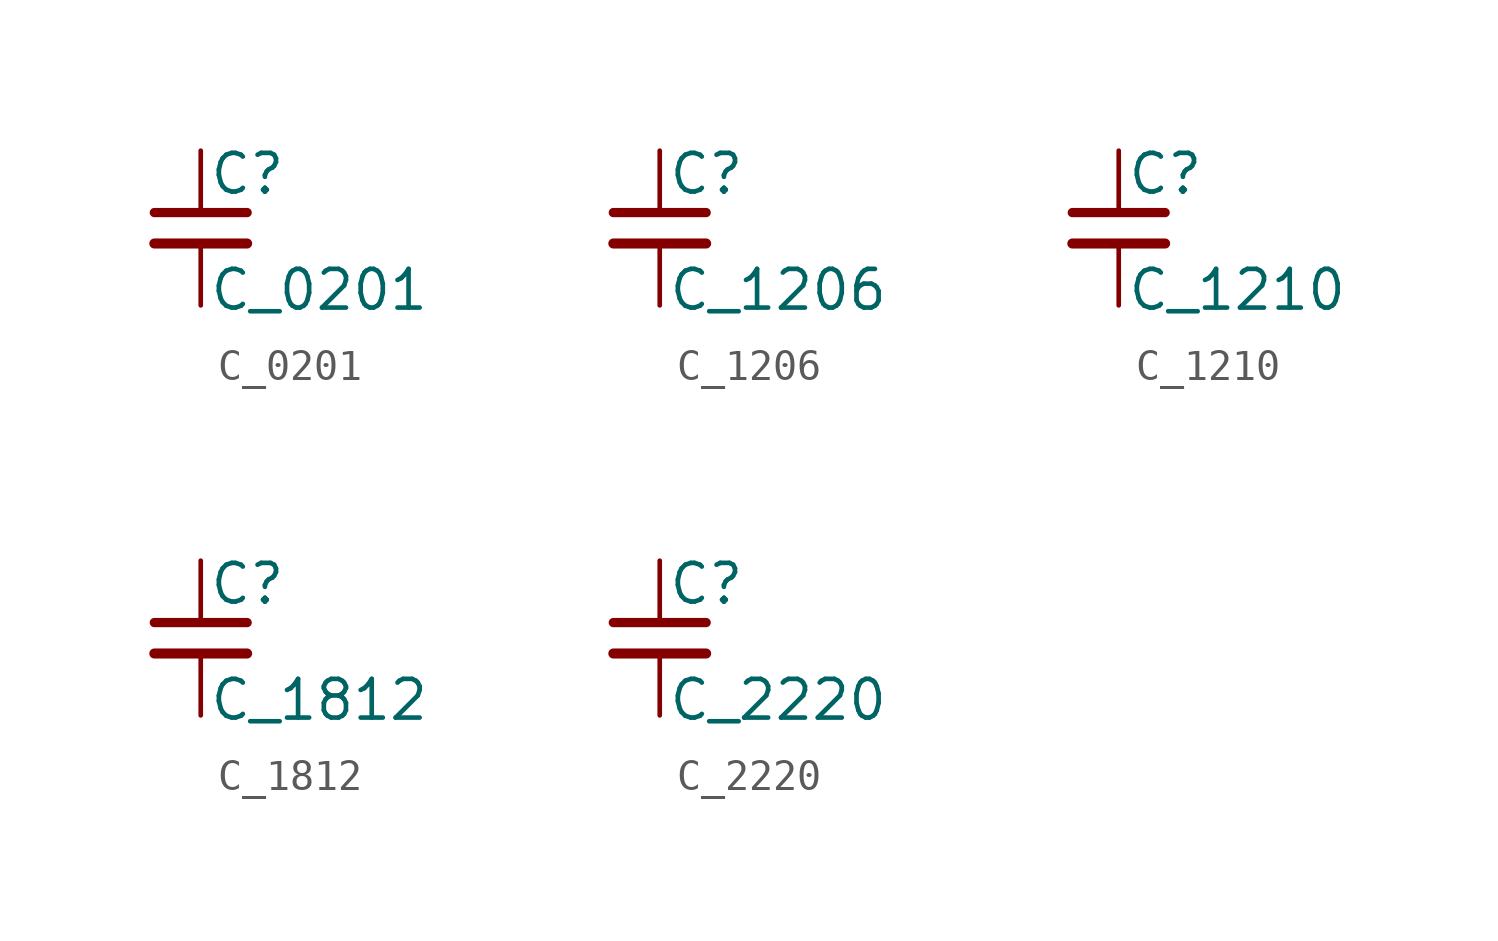
<source format=kicad_sym>
(kicad_symbol_lib
  (version 20211014)
  (generator kicad_symbol_editor)
  (symbol "C_0201"
    (pin_numbers hide)
    (pin_names
      (offset 0.254) hide)
    (property "Reference" "C"
      (at 0.254 1.778 0)
      (effects (font (size 1.27 1.27)) (justify left)))
    (property "Value" "C_0201"
      (at 0.254 -2.032 0)
      (effects (font (size 1.27 1.27)) (justify left)))
    (symbol "C_0201_0_1"
      (polyline (pts (xy -1.524 -0.508) (xy 1.524 -0.508)) (stroke (width 0.33) (type default) (color 0 0 0 0)) (fill (type none)))
      (polyline (pts (xy -1.524 0.508) (xy 1.524 0.508)) (stroke (width 0.305) (type default) (color 0 0 0 0)) (fill (type none))))
    (symbol "C_0201_1_1"
      (pin passive line (at 0 2.54 270) (length 2.032) (name "~" (effects (font (size 1.27 1.27)))) (number "1" (effects (font (size 1.27 1.27)))))
      (pin passive line (at 0 -2.54 90) (length 2.032) (name "~" (effects (font (size 1.27 1.27)))) (number "2" (effects (font (size 1.27 1.27)))))))
  (symbol "C_1206"
    (pin_numbers hide)
    (pin_names
      (offset 0.254) hide)
    (property "Reference" "C"
      (at 0.254 1.778 0)
      (effects (font (size 1.27 1.27)) (justify left)))
    (property "Value" "C_1206"
      (at 0.254 -2.032 0)
      (effects (font (size 1.27 1.27)) (justify left)))
    (symbol "C_1206_0_1"
      (polyline (pts (xy -1.524 -0.508) (xy 1.524 -0.508)) (stroke (width 0.33) (type default) (color 0 0 0 0)) (fill (type none)))
      (polyline (pts (xy -1.524 0.508) (xy 1.524 0.508)) (stroke (width 0.305) (type default) (color 0 0 0 0)) (fill (type none))))
    (symbol "C_1206_1_1"
      (pin passive line (at 0 2.54 270) (length 2.032) (name "~" (effects (font (size 1.27 1.27)))) (number "1" (effects (font (size 1.27 1.27)))))
      (pin passive line (at 0 -2.54 90) (length 2.032) (name "~" (effects (font (size 1.27 1.27)))) (number "2" (effects (font (size 1.27 1.27)))))))
  (symbol "C_1210"
    (pin_numbers hide)
    (pin_names
      (offset 0.254) hide)
    (property "Reference" "C"
      (at 0.254 1.778 0)
      (effects (font (size 1.27 1.27)) (justify left)))
    (property "Value" "C_1210"
      (at 0.254 -2.032 0)
      (effects (font (size 1.27 1.27)) (justify left)))
    (symbol "C_1210_0_1"
      (polyline (pts (xy -1.524 -0.508) (xy 1.524 -0.508)) (stroke (width 0.33) (type default) (color 0 0 0 0)) (fill (type none)))
      (polyline (pts (xy -1.524 0.508) (xy 1.524 0.508)) (stroke (width 0.305) (type default) (color 0 0 0 0)) (fill (type none))))
    (symbol "C_1210_1_1"
      (pin passive line (at 0 2.54 270) (length 2.032) (name "~" (effects (font (size 1.27 1.27)))) (number "1" (effects (font (size 1.27 1.27)))))
      (pin passive line (at 0 -2.54 90) (length 2.032) (name "~" (effects (font (size 1.27 1.27)))) (number "2" (effects (font (size 1.27 1.27)))))))
  (symbol "C_1812"
    (pin_numbers hide)
    (pin_names
      (offset 0.254) hide)
    (property "Reference" "C"
      (at 0.254 1.778 0)
      (effects (font (size 1.27 1.27)) (justify left)))
    (property "Value" "C_1812"
      (at 0.254 -2.032 0)
      (effects (font (size 1.27 1.27)) (justify left)))
    (symbol "C_1812_0_1"
      (polyline (pts (xy -1.524 -0.508) (xy 1.524 -0.508)) (stroke (width 0.33) (type default) (color 0 0 0 0)) (fill (type none)))
      (polyline (pts (xy -1.524 0.508) (xy 1.524 0.508)) (stroke (width 0.305) (type default) (color 0 0 0 0)) (fill (type none))))
    (symbol "C_1812_1_1"
      (pin passive line (at 0 2.54 270) (length 2.032) (name "~" (effects (font (size 1.27 1.27)))) (number "1" (effects (font (size 1.27 1.27)))))
      (pin passive line (at 0 -2.54 90) (length 2.032) (name "~" (effects (font (size 1.27 1.27)))) (number "2" (effects (font (size 1.27 1.27)))))))
  (symbol "C_2220"
    (pin_numbers hide)
    (pin_names
      (offset 0.254) hide)
    (property "Reference" "C"
      (at 0.254 1.778 0)
      (effects (font (size 1.27 1.27)) (justify left)))
    (property "Value" "C_2220"
      (at 0.254 -2.032 0)
      (effects (font (size 1.27 1.27)) (justify left)))
    (symbol "C_2220_0_1"
      (polyline (pts (xy -1.524 -0.508) (xy 1.524 -0.508)) (stroke (width 0.33) (type default) (color 0 0 0 0)) (fill (type none)))
      (polyline (pts (xy -1.524 0.508) (xy 1.524 0.508)) (stroke (width 0.305) (type default) (color 0 0 0 0)) (fill (type none))))
    (symbol "C_2220_1_1"
      (pin passive line (at 0 2.54 270) (length 2.032) (name "~" (effects (font (size 1.27 1.27)))) (number "1" (effects (font (size 1.27 1.27)))))
      (pin passive line (at 0 -2.54 90) (length 2.032) (name "~" (effects (font (size 1.27 1.27)))) (number "2" (effects (font (size 1.27 1.27))))))))
</source>
